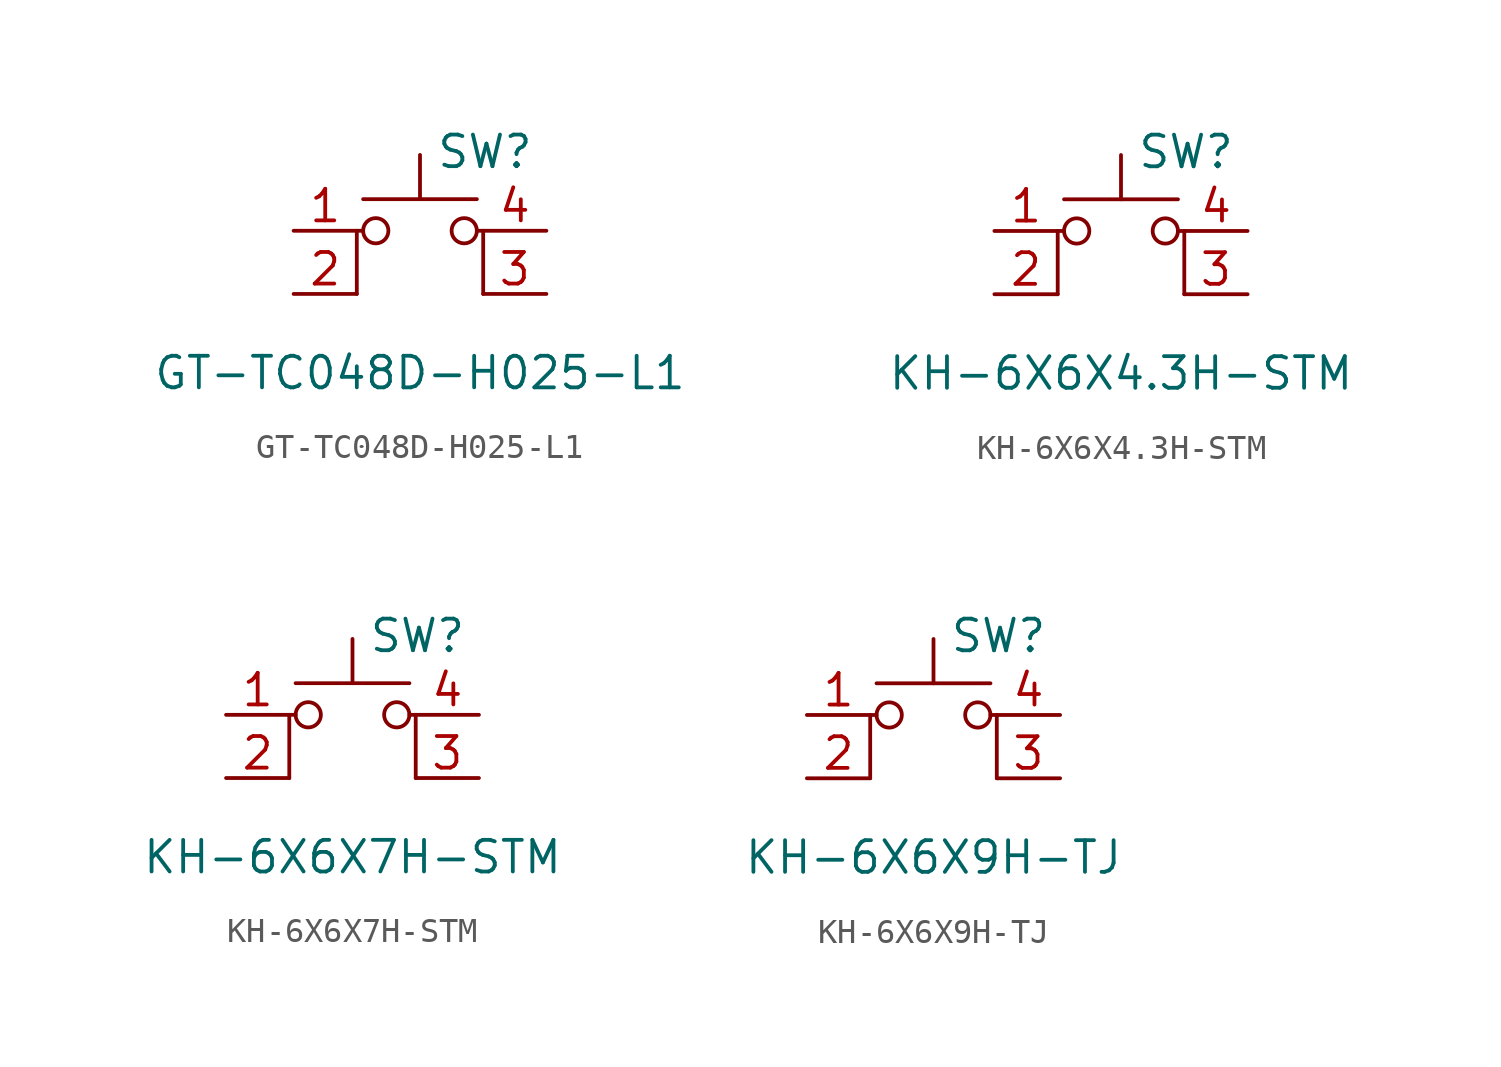
<source format=kicad_sym>
(kicad_symbol_lib
  (version 20241209)
  (generator "kicad_symbol_editor")
  (generator_version "9.0")
  (symbol "GT-TC048D-H025-L1"
    (pin_names
      (offset 1.016)
      (hide yes))
    (property "Reference" "SW"
      (at 0.635 5.715 0)
      (effects (font (size 1.27 1.27)) (justify left)))
    (property "Value" "GT-TC048D-H025-L1"
      (at 0 -3.175 0)
      (effects (font (size 1.27 1.27))))
    (symbol "GT-TC048D-H025-L1_0_1"
      (polyline (pts (xy -2.54 0) (xy -2.54 2.54) (xy -2.286 2.54)) (stroke (width 0) (type default)) (fill (type none)))
      (polyline (pts (xy -2.286 3.81) (xy 2.286 3.81)) (stroke (width 0) (type default)) (fill (type none)))
      (circle (center -1.778 2.54) (radius 0.508) (stroke (width 0) (type default)) (fill (type none)))
      (polyline (pts (xy 0 3.81) (xy 0 5.588)) (stroke (width 0) (type default)) (fill (type none)))
      (circle (center 1.778 2.54) (radius 0.508) (stroke (width 0) (type default)) (fill (type none)))
      (polyline (pts (xy 2.54 0) (xy 2.54 2.54) (xy 2.286 2.54)) (stroke (width 0) (type default)) (fill (type none)))
      (pin passive line (at -5.08 2.54 0) (length 2.54) (name "1" (effects (font (size 1.27 1.27)))) (number "1" (effects (font (size 1.27 1.27)))))
      (pin passive line (at -5.08 0 0) (length 2.54) (name "2" (effects (font (size 1.27 1.27)))) (number "2" (effects (font (size 1.27 1.27)))))
      (pin passive line (at 5.08 2.54 180) (length 2.54) (name "A" (effects (font (size 1.27 1.27)))) (number "4" (effects (font (size 1.27 1.27)))))
      (pin passive line (at 5.08 0 180) (length 2.54) (name "K" (effects (font (size 1.27 1.27)))) (number "3" (effects (font (size 1.27 1.27)))))))
  (symbol "KH-6X6X4.3H-STM"
    (pin_names
      (offset 1.016)
      (hide yes))
    (property "Reference" "SW"
      (at 0.635 5.715 0)
      (effects (font (size 1.27 1.27)) (justify left)))
    (property "Value" "KH-6X6X4.3H-STM"
      (at 0 -3.175 0)
      (effects (font (size 1.27 1.27))))
    (symbol "KH-6X6X4.3H-STM_0_1"
      (polyline (pts (xy -2.54 0) (xy -2.54 2.54) (xy -2.286 2.54)) (stroke (width 0) (type default)) (fill (type none)))
      (polyline (pts (xy -2.286 3.81) (xy 2.286 3.81)) (stroke (width 0) (type default)) (fill (type none)))
      (circle (center -1.778 2.54) (radius 0.508) (stroke (width 0) (type default)) (fill (type none)))
      (polyline (pts (xy 0 3.81) (xy 0 5.588)) (stroke (width 0) (type default)) (fill (type none)))
      (circle (center 1.778 2.54) (radius 0.508) (stroke (width 0) (type default)) (fill (type none)))
      (polyline (pts (xy 2.54 0) (xy 2.54 2.54) (xy 2.286 2.54)) (stroke (width 0) (type default)) (fill (type none)))
      (pin passive line (at -5.08 2.54 0) (length 2.54) (name "1" (effects (font (size 1.27 1.27)))) (number "1" (effects (font (size 1.27 1.27)))))
      (pin passive line (at -5.08 0 0) (length 2.54) (name "2" (effects (font (size 1.27 1.27)))) (number "2" (effects (font (size 1.27 1.27)))))
      (pin passive line (at 5.08 2.54 180) (length 2.54) (name "A" (effects (font (size 1.27 1.27)))) (number "4" (effects (font (size 1.27 1.27)))))
      (pin passive line (at 5.08 0 180) (length 2.54) (name "K" (effects (font (size 1.27 1.27)))) (number "3" (effects (font (size 1.27 1.27)))))))
  (symbol "KH-6X6X7H-STM"
    (pin_names
      (offset 1.016)
      (hide yes))
    (property "Reference" "SW"
      (at 0.635 5.715 0)
      (effects (font (size 1.27 1.27)) (justify left)))
    (property "Value" "KH-6X6X7H-STM"
      (at 0 -3.175 0)
      (effects (font (size 1.27 1.27))))
    (symbol "KH-6X6X7H-STM_0_1"
      (polyline (pts (xy -2.54 0) (xy -2.54 2.54) (xy -2.286 2.54)) (stroke (width 0) (type default)) (fill (type none)))
      (polyline (pts (xy -2.286 3.81) (xy 2.286 3.81)) (stroke (width 0) (type default)) (fill (type none)))
      (circle (center -1.778 2.54) (radius 0.508) (stroke (width 0) (type default)) (fill (type none)))
      (polyline (pts (xy 0 3.81) (xy 0 5.588)) (stroke (width 0) (type default)) (fill (type none)))
      (circle (center 1.778 2.54) (radius 0.508) (stroke (width 0) (type default)) (fill (type none)))
      (polyline (pts (xy 2.54 0) (xy 2.54 2.54) (xy 2.286 2.54)) (stroke (width 0) (type default)) (fill (type none)))
      (pin passive line (at -5.08 2.54 0) (length 2.54) (name "1" (effects (font (size 1.27 1.27)))) (number "1" (effects (font (size 1.27 1.27)))))
      (pin passive line (at -5.08 0 0) (length 2.54) (name "2" (effects (font (size 1.27 1.27)))) (number "2" (effects (font (size 1.27 1.27)))))
      (pin passive line (at 5.08 2.54 180) (length 2.54) (name "A" (effects (font (size 1.27 1.27)))) (number "4" (effects (font (size 1.27 1.27)))))
      (pin passive line (at 5.08 0 180) (length 2.54) (name "K" (effects (font (size 1.27 1.27)))) (number "3" (effects (font (size 1.27 1.27)))))))
  (symbol "KH-6X6X9H-TJ"
    (pin_names
      (offset 1.016)
      (hide yes))
    (property "Reference" "SW"
      (at 0.635 5.715 0)
      (effects (font (size 1.27 1.27)) (justify left)))
    (property "Value" "KH-6X6X9H-TJ"
      (at 0 -3.175 0)
      (effects (font (size 1.27 1.27))))
    (symbol "KH-6X6X9H-TJ_0_1"
      (polyline (pts (xy -2.54 0) (xy -2.54 2.54) (xy -2.286 2.54)) (stroke (width 0) (type default)) (fill (type none)))
      (polyline (pts (xy -2.286 3.81) (xy 2.286 3.81)) (stroke (width 0) (type default)) (fill (type none)))
      (circle (center -1.778 2.54) (radius 0.508) (stroke (width 0) (type default)) (fill (type none)))
      (polyline (pts (xy 0 3.81) (xy 0 5.588)) (stroke (width 0) (type default)) (fill (type none)))
      (circle (center 1.778 2.54) (radius 0.508) (stroke (width 0) (type default)) (fill (type none)))
      (polyline (pts (xy 2.54 0) (xy 2.54 2.54) (xy 2.286 2.54)) (stroke (width 0) (type default)) (fill (type none)))
      (pin passive line (at -5.08 2.54 0) (length 2.54) (name "1" (effects (font (size 1.27 1.27)))) (number "1" (effects (font (size 1.27 1.27)))))
      (pin passive line (at -5.08 0 0) (length 2.54) (name "2" (effects (font (size 1.27 1.27)))) (number "2" (effects (font (size 1.27 1.27)))))
      (pin passive line (at 5.08 2.54 180) (length 2.54) (name "A" (effects (font (size 1.27 1.27)))) (number "4" (effects (font (size 1.27 1.27)))))
      (pin passive line (at 5.08 0 180) (length 2.54) (name "K" (effects (font (size 1.27 1.27)))) (number "3" (effects (font (size 1.27 1.27))))))))
</source>
